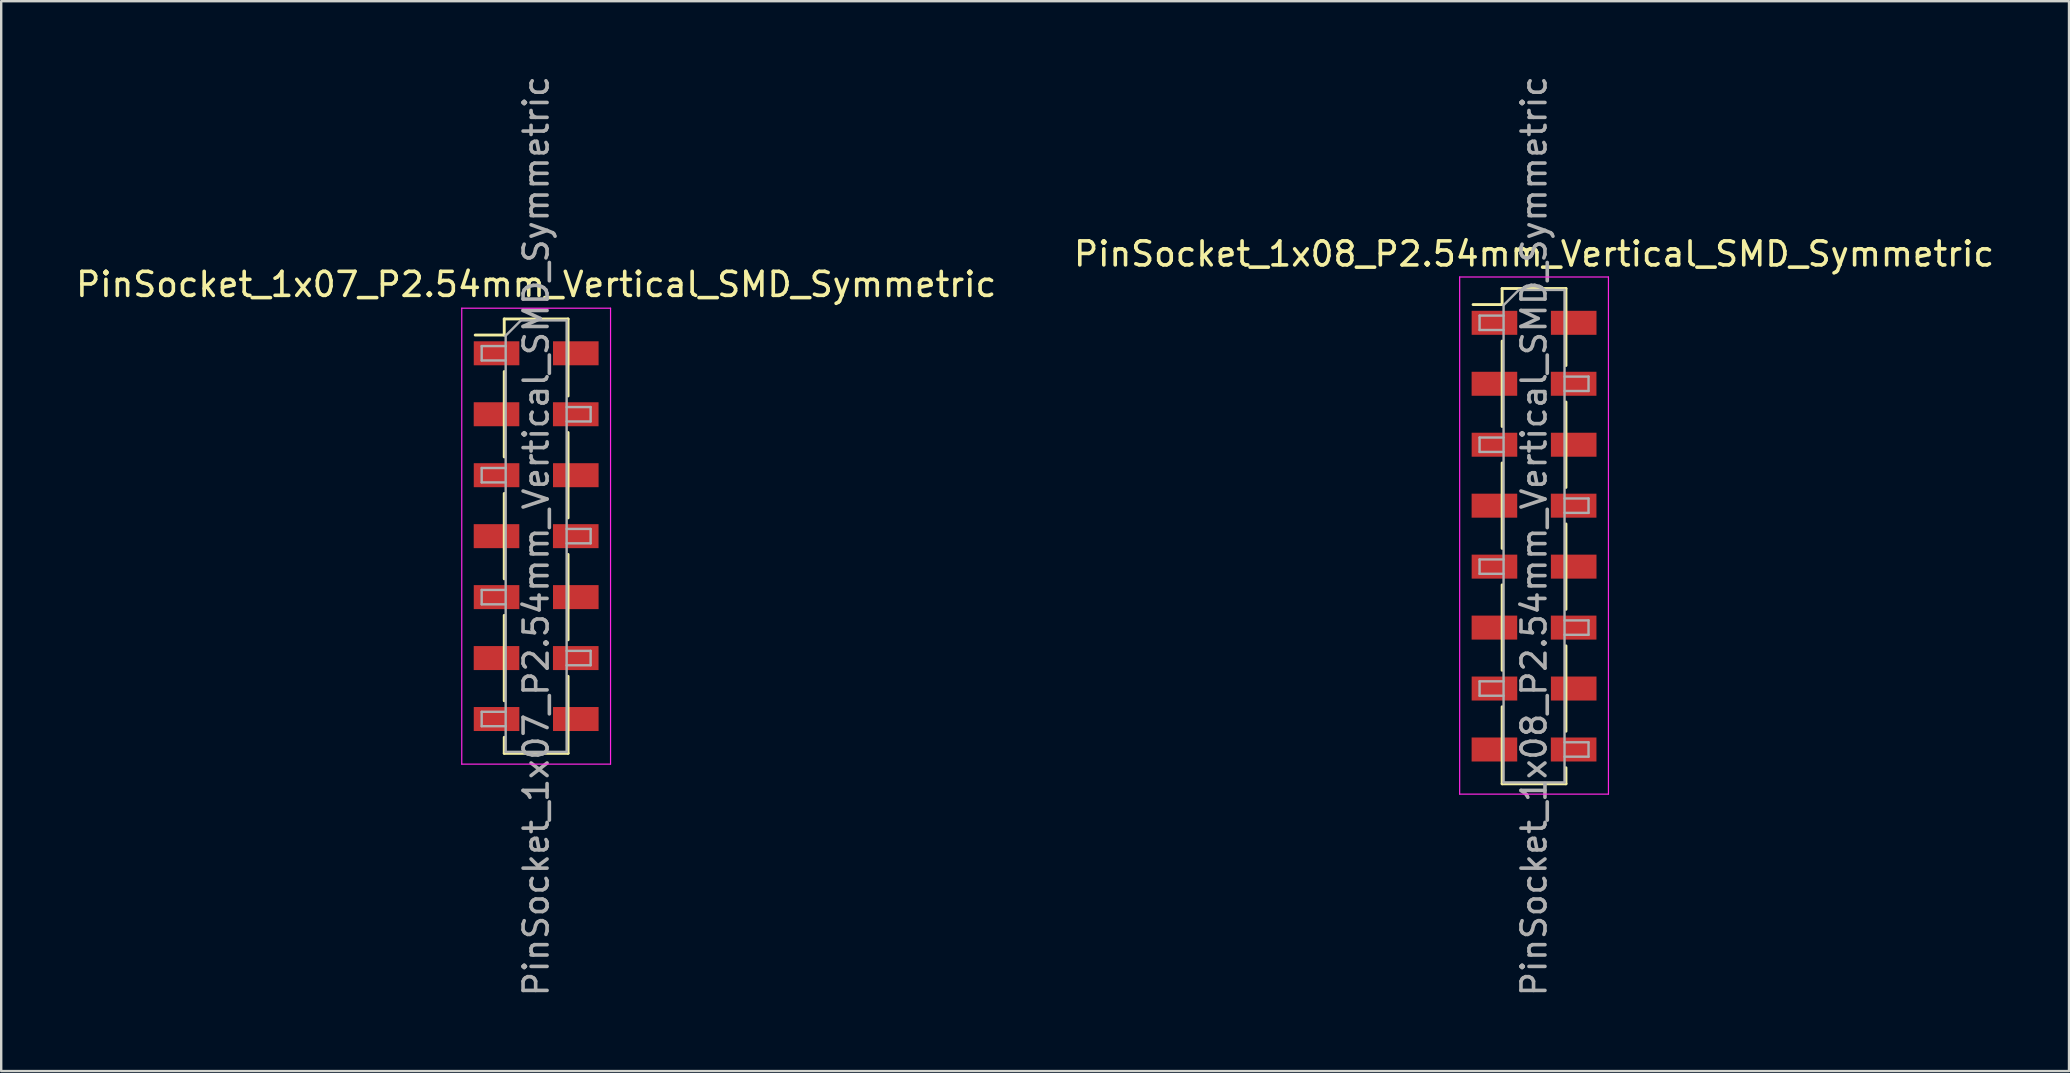
<source format=kicad_pcb>
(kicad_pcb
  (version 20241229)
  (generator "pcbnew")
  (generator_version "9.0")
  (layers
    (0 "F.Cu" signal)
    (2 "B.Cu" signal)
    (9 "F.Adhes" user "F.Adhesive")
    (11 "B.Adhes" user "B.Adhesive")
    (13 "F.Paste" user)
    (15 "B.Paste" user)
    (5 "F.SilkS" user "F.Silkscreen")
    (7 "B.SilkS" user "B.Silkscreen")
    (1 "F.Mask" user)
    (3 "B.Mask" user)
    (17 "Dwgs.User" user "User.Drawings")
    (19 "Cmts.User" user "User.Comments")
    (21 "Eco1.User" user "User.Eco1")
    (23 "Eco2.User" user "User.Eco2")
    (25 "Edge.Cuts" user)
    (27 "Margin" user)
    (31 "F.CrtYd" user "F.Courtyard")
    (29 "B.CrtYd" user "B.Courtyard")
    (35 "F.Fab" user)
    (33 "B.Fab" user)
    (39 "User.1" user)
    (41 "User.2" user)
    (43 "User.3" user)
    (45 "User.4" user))
  (footprint "PinSocket_1x08_P2.54mm_Vertical_SMD_Symmetric"
    (layer "F.Cu")
    (at 60.875 19.292)
    (property "Reference" "PinSocket_1x08_P2.54mm_Vertical_SMD_Symmetric" (at 0 -11.76 0) (layer "F.SilkS") (effects (font (size 1 1) (thickness 0.15))))
    (attr smd)
    (fp_line (start -2.54 -9.65) (end -1.33 -9.65) (stroke (width 0.12) (type solid)) (layer "F.SilkS"))
    (fp_line (start -1.33 -10.32) (end -1.33 -9.65) (stroke (width 0.12) (type solid)) (layer "F.SilkS"))
    (fp_line (start -1.33 -10.32) (end 1.33 -10.32) (stroke (width 0.12) (type solid)) (layer "F.SilkS"))
    (fp_line (start -1.33 -8.13) (end -1.33 -4.57) (stroke (width 0.12) (type solid)) (layer "F.SilkS"))
    (fp_line (start -1.33 -3.05) (end -1.33 0.51) (stroke (width 0.12) (type solid)) (layer "F.SilkS"))
    (fp_line (start -1.33 2.03) (end -1.33 5.59) (stroke (width 0.12) (type solid)) (layer "F.SilkS"))
    (fp_line (start -1.33 7.11) (end -1.33 10.32) (stroke (width 0.12) (type solid)) (layer "F.SilkS"))
    (fp_line (start -1.33 10.32) (end 1.33 10.32) (stroke (width 0.12) (type solid)) (layer "F.SilkS"))
    (fp_line (start 1.33 -10.32) (end 1.33 -7.11) (stroke (width 0.12) (type solid)) (layer "F.SilkS"))
    (fp_line (start 1.33 -5.59) (end 1.33 -2.03) (stroke (width 0.12) (type solid)) (layer "F.SilkS"))
    (fp_line (start 1.33 -0.51) (end 1.33 3.05) (stroke (width 0.12) (type solid)) (layer "F.SilkS"))
    (fp_line (start 1.33 4.57) (end 1.33 8.13) (stroke (width 0.12) (type solid)) (layer "F.SilkS"))
    (fp_line (start 1.33 9.65) (end 1.33 10.32) (stroke (width 0.12) (type solid)) (layer "F.SilkS"))
    (fp_line (start -3.1 -10.8) (end 3.1 -10.8) (stroke (width 0.05) (type solid)) (layer "F.CrtYd"))
    (fp_line (start -3.1 10.75) (end -3.1 -10.8) (stroke (width 0.05) (type solid)) (layer "F.CrtYd"))
    (fp_line (start 3.1 -10.8) (end 3.1 10.75) (stroke (width 0.05) (type solid)) (layer "F.CrtYd"))
    (fp_line (start 3.1 10.75) (end -3.1 10.75) (stroke (width 0.05) (type solid)) (layer "F.CrtYd"))
    (fp_line (start -2.27 -9.19) (end -1.27 -9.19) (stroke (width 0.1) (type solid)) (layer "F.Fab"))
    (fp_line (start -2.27 -8.59) (end -2.27 -9.19) (stroke (width 0.1) (type solid)) (layer "F.Fab"))
    (fp_line (start -2.27 -4.11) (end -1.27 -4.11) (stroke (width 0.1) (type solid)) (layer "F.Fab"))
    (fp_line (start -2.27 -3.51) (end -2.27 -4.11) (stroke (width 0.1) (type solid)) (layer "F.Fab"))
    (fp_line (start -2.27 0.97) (end -1.27 0.97) (stroke (width 0.1) (type solid)) (layer "F.Fab"))
    (fp_line (start -2.27 1.57) (end -2.27 0.97) (stroke (width 0.1) (type solid)) (layer "F.Fab"))
    (fp_line (start -2.27 6.05) (end -1.27 6.05) (stroke (width 0.1) (type solid)) (layer "F.Fab"))
    (fp_line (start -2.27 6.65) (end -2.27 6.05) (stroke (width 0.1) (type solid)) (layer "F.Fab"))
    (fp_line (start -1.27 -9.625) (end -0.635 -10.26) (stroke (width 0.1) (type solid)) (layer "F.Fab"))
    (fp_line (start -1.27 -8.59) (end -2.27 -8.59) (stroke (width 0.1) (type solid)) (layer "F.Fab"))
    (fp_line (start -1.27 -3.51) (end -2.27 -3.51) (stroke (width 0.1) (type solid)) (layer "F.Fab"))
    (fp_line (start -1.27 1.57) (end -2.27 1.57) (stroke (width 0.1) (type solid)) (layer "F.Fab"))
    (fp_line (start -1.27 6.65) (end -2.27 6.65) (stroke (width 0.1) (type solid)) (layer "F.Fab"))
    (fp_line (start -1.27 10.26) (end -1.27 -9.625) (stroke (width 0.1) (type solid)) (layer "F.Fab"))
    (fp_line (start -0.635 -10.26) (end 1.27 -10.26) (stroke (width 0.1) (type solid)) (layer "F.Fab"))
    (fp_line (start 1.27 -10.26) (end 1.27 10.26) (stroke (width 0.1) (type solid)) (layer "F.Fab"))
    (fp_line (start 1.27 -6.65) (end 2.27 -6.65) (stroke (width 0.1) (type solid)) (layer "F.Fab"))
    (fp_line (start 1.27 -1.57) (end 2.27 -1.57) (stroke (width 0.1) (type solid)) (layer "F.Fab"))
    (fp_line (start 1.27 3.51) (end 2.27 3.51) (stroke (width 0.1) (type solid)) (layer "F.Fab"))
    (fp_line (start 1.27 8.59) (end 2.27 8.59) (stroke (width 0.1) (type solid)) (layer "F.Fab"))
    (fp_line (start 1.27 10.26) (end -1.27 10.26) (stroke (width 0.1) (type solid)) (layer "F.Fab"))
    (fp_line (start 2.27 -6.65) (end 2.27 -6.05) (stroke (width 0.1) (type solid)) (layer "F.Fab"))
    (fp_line (start 2.27 -6.05) (end 1.27 -6.05) (stroke (width 0.1) (type solid)) (layer "F.Fab"))
    (fp_line (start 2.27 -1.57) (end 2.27 -0.97) (stroke (width 0.1) (type solid)) (layer "F.Fab"))
    (fp_line (start 2.27 -0.97) (end 1.27 -0.97) (stroke (width 0.1) (type solid)) (layer "F.Fab"))
    (fp_line (start 2.27 3.51) (end 2.27 4.11) (stroke (width 0.1) (type solid)) (layer "F.Fab"))
    (fp_line (start 2.27 4.11) (end 1.27 4.11) (stroke (width 0.1) (type solid)) (layer "F.Fab"))
    (fp_line (start 2.27 8.59) (end 2.27 9.19) (stroke (width 0.1) (type solid)) (layer "F.Fab"))
    (fp_line (start 2.27 9.19) (end 1.27 9.19) (stroke (width 0.1) (type solid)) (layer "F.Fab"))
    (fp_text user "${REFERENCE}" (at 0 0 90) (layer "F.Fab") (effects (font (size 1 1) (thickness 0.15))))
    (pad "1" smd rect (at -1.65 -8.89) (size 1.9 1) (layers "F.Cu" "F.Mask" "F.Paste"))
    (pad "1" smd rect (at 1.652 -8.89) (size 1.9 1) (layers "F.Cu" "F.Mask" "F.Paste"))
    (pad "2" smd rect (at -1.652 -6.35) (size 1.9 1) (layers "F.Cu" "F.Mask" "F.Paste"))
    (pad "2" smd rect (at 1.65 -6.35) (size 1.9 1) (layers "F.Cu" "F.Mask" "F.Paste"))
    (pad "3" smd rect (at -1.65 -3.81) (size 1.9 1) (layers "F.Cu" "F.Mask" "F.Paste"))
    (pad "3" smd rect (at 1.652 -3.81) (size 1.9 1) (layers "F.Cu" "F.Mask" "F.Paste"))
    (pad "4" smd rect (at -1.652 -1.27) (size 1.9 1) (layers "F.Cu" "F.Mask" "F.Paste"))
    (pad "4" smd rect (at 1.65 -1.27) (size 1.9 1) (layers "F.Cu" "F.Mask" "F.Paste"))
    (pad "5" smd rect (at -1.65 1.27) (size 1.9 1) (layers "F.Cu" "F.Mask" "F.Paste"))
    (pad "5" smd rect (at 1.652 1.27) (size 1.9 1) (layers "F.Cu" "F.Mask" "F.Paste"))
    (pad "6" smd rect (at -1.652 3.81) (size 1.9 1) (layers "F.Cu" "F.Mask" "F.Paste"))
    (pad "6" smd rect (at 1.65 3.81) (size 1.9 1) (layers "F.Cu" "F.Mask" "F.Paste"))
    (pad "7" smd rect (at -1.65 6.35) (size 1.9 1) (layers "F.Cu" "F.Mask" "F.Paste"))
    (pad "7" smd rect (at 1.652 6.35) (size 1.9 1) (layers "F.Cu" "F.Mask" "F.Paste"))
    (pad "8" smd rect (at -1.652 8.89) (size 1.9 1) (layers "F.Cu" "F.Mask" "F.Paste"))
    (pad "8" smd rect (at 1.65 8.89) (size 1.9 1) (layers "F.Cu" "F.Mask" "F.Paste")))
  (footprint "PinSocket_1x07_P2.54mm_Vertical_SMD_Symmetric"
    (layer "F.Cu")
    (at 19.292 19.292)
    (property "Reference" "PinSocket_1x07_P2.54mm_Vertical_SMD_Symmetric" (at 0 -10.49 0) (layer "F.SilkS") (effects (font (size 1 1) (thickness 0.15))))
    (attr smd)
    (fp_line (start -2.54 -8.38) (end -1.33 -8.38) (stroke (width 0.12) (type solid)) (layer "F.SilkS"))
    (fp_line (start -1.33 -9.05) (end -1.33 -8.38) (stroke (width 0.12) (type solid)) (layer "F.SilkS"))
    (fp_line (start -1.33 -9.05) (end 1.33 -9.05) (stroke (width 0.12) (type solid)) (layer "F.SilkS"))
    (fp_line (start -1.33 -6.86) (end -1.33 -3.3) (stroke (width 0.12) (type solid)) (layer "F.SilkS"))
    (fp_line (start -1.33 -1.78) (end -1.33 1.78) (stroke (width 0.12) (type solid)) (layer "F.SilkS"))
    (fp_line (start -1.33 3.3) (end -1.33 6.86) (stroke (width 0.12) (type solid)) (layer "F.SilkS"))
    (fp_line (start -1.33 8.38) (end -1.33 9.05) (stroke (width 0.12) (type solid)) (layer "F.SilkS"))
    (fp_line (start -1.33 9.05) (end 1.33 9.05) (stroke (width 0.12) (type solid)) (layer "F.SilkS"))
    (fp_line (start 1.33 -9.05) (end 1.33 -5.84) (stroke (width 0.12) (type solid)) (layer "F.SilkS"))
    (fp_line (start 1.33 -4.32) (end 1.33 -0.76) (stroke (width 0.12) (type solid)) (layer "F.SilkS"))
    (fp_line (start 1.33 0.76) (end 1.33 4.32) (stroke (width 0.12) (type solid)) (layer "F.SilkS"))
    (fp_line (start 1.33 5.84) (end 1.33 9.05) (stroke (width 0.12) (type solid)) (layer "F.SilkS"))
    (fp_line (start -3.1 -9.5) (end 3.1 -9.5) (stroke (width 0.05) (type solid)) (layer "F.CrtYd"))
    (fp_line (start -3.1 9.5) (end -3.1 -9.5) (stroke (width 0.05) (type solid)) (layer "F.CrtYd"))
    (fp_line (start 3.1 -9.5) (end 3.1 9.5) (stroke (width 0.05) (type solid)) (layer "F.CrtYd"))
    (fp_line (start 3.1 9.5) (end -3.1 9.5) (stroke (width 0.05) (type solid)) (layer "F.CrtYd"))
    (fp_line (start -2.27 -7.92) (end -1.27 -7.92) (stroke (width 0.1) (type solid)) (layer "F.Fab"))
    (fp_line (start -2.27 -7.32) (end -2.27 -7.92) (stroke (width 0.1) (type solid)) (layer "F.Fab"))
    (fp_line (start -2.27 -2.84) (end -1.27 -2.84) (stroke (width 0.1) (type solid)) (layer "F.Fab"))
    (fp_line (start -2.27 -2.24) (end -2.27 -2.84) (stroke (width 0.1) (type solid)) (layer "F.Fab"))
    (fp_line (start -2.27 2.24) (end -1.27 2.24) (stroke (width 0.1) (type solid)) (layer "F.Fab"))
    (fp_line (start -2.27 2.84) (end -2.27 2.24) (stroke (width 0.1) (type solid)) (layer "F.Fab"))
    (fp_line (start -2.27 7.32) (end -1.27 7.32) (stroke (width 0.1) (type solid)) (layer "F.Fab"))
    (fp_line (start -2.27 7.92) (end -2.27 7.32) (stroke (width 0.1) (type solid)) (layer "F.Fab"))
    (fp_line (start -1.27 -8.355) (end -0.635 -8.99) (stroke (width 0.1) (type solid)) (layer "F.Fab"))
    (fp_line (start -1.27 -7.32) (end -2.27 -7.32) (stroke (width 0.1) (type solid)) (layer "F.Fab"))
    (fp_line (start -1.27 -2.24) (end -2.27 -2.24) (stroke (width 0.1) (type solid)) (layer "F.Fab"))
    (fp_line (start -1.27 2.84) (end -2.27 2.84) (stroke (width 0.1) (type solid)) (layer "F.Fab"))
    (fp_line (start -1.27 7.92) (end -2.27 7.92) (stroke (width 0.1) (type solid)) (layer "F.Fab"))
    (fp_line (start -1.27 8.99) (end -1.27 -8.355) (stroke (width 0.1) (type solid)) (layer "F.Fab"))
    (fp_line (start -0.635 -8.99) (end 1.27 -8.99) (stroke (width 0.1) (type solid)) (layer "F.Fab"))
    (fp_line (start 1.27 -8.99) (end 1.27 8.99) (stroke (width 0.1) (type solid)) (layer "F.Fab"))
    (fp_line (start 1.27 -5.38) (end 2.27 -5.38) (stroke (width 0.1) (type solid)) (layer "F.Fab"))
    (fp_line (start 1.27 -0.3) (end 2.27 -0.3) (stroke (width 0.1) (type solid)) (layer "F.Fab"))
    (fp_line (start 1.27 4.78) (end 2.27 4.78) (stroke (width 0.1) (type solid)) (layer "F.Fab"))
    (fp_line (start 1.27 8.99) (end -1.27 8.99) (stroke (width 0.1) (type solid)) (layer "F.Fab"))
    (fp_line (start 2.27 -5.38) (end 2.27 -4.78) (stroke (width 0.1) (type solid)) (layer "F.Fab"))
    (fp_line (start 2.27 -4.78) (end 1.27 -4.78) (stroke (width 0.1) (type solid)) (layer "F.Fab"))
    (fp_line (start 2.27 -0.3) (end 2.27 0.3) (stroke (width 0.1) (type solid)) (layer "F.Fab"))
    (fp_line (start 2.27 0.3) (end 1.27 0.3) (stroke (width 0.1) (type solid)) (layer "F.Fab"))
    (fp_line (start 2.27 4.78) (end 2.27 5.38) (stroke (width 0.1) (type solid)) (layer "F.Fab"))
    (fp_line (start 2.27 5.38) (end 1.27 5.38) (stroke (width 0.1) (type solid)) (layer "F.Fab"))
    (fp_text user "${REFERENCE}" (at 0 0 90) (layer "F.Fab") (effects (font (size 1 1) (thickness 0.15))))
    (pad "1" smd rect (at -1.65 -7.62) (size 1.9 1) (layers "F.Cu" "F.Mask" "F.Paste"))
    (pad "1" smd rect (at 1.652 -7.62) (size 1.9 1) (layers "F.Cu" "F.Mask" "F.Paste"))
    (pad "2" smd rect (at -1.652 -5.08) (size 1.9 1) (layers "F.Cu" "F.Mask" "F.Paste"))
    (pad "2" smd rect (at 1.65 -5.08) (size 1.9 1) (layers "F.Cu" "F.Mask" "F.Paste"))
    (pad "3" smd rect (at -1.65 -2.54) (size 1.9 1) (layers "F.Cu" "F.Mask" "F.Paste"))
    (pad "3" smd rect (at 1.652 -2.54) (size 1.9 1) (layers "F.Cu" "F.Mask" "F.Paste"))
    (pad "4" smd rect (at -1.652 0) (size 1.9 1) (layers "F.Cu" "F.Mask" "F.Paste"))
    (pad "4" smd rect (at 1.65 0) (size 1.9 1) (layers "F.Cu" "F.Mask" "F.Paste"))
    (pad "5" smd rect (at -1.65 2.54) (size 1.9 1) (layers "F.Cu" "F.Mask" "F.Paste"))
    (pad "5" smd rect (at 1.652 2.54) (size 1.9 1) (layers "F.Cu" "F.Mask" "F.Paste"))
    (pad "6" smd rect (at -1.652 5.08) (size 1.9 1) (layers "F.Cu" "F.Mask" "F.Paste"))
    (pad "6" smd rect (at 1.65 5.08) (size 1.9 1) (layers "F.Cu" "F.Mask" "F.Paste"))
    (pad "7" smd rect (at -1.65 7.62) (size 1.9 1) (layers "F.Cu" "F.Mask" "F.Paste"))
    (pad "7" smd rect (at 1.652 7.62) (size 1.9 1) (layers "F.Cu" "F.Mask" "F.Paste")))
  (gr_rect
    (start -3 -3)
    (end 83.167 41.583)
    (stroke (width 0.1) (type default))
    (fill no)
    (layer "Edge.Cuts")))
</source>
